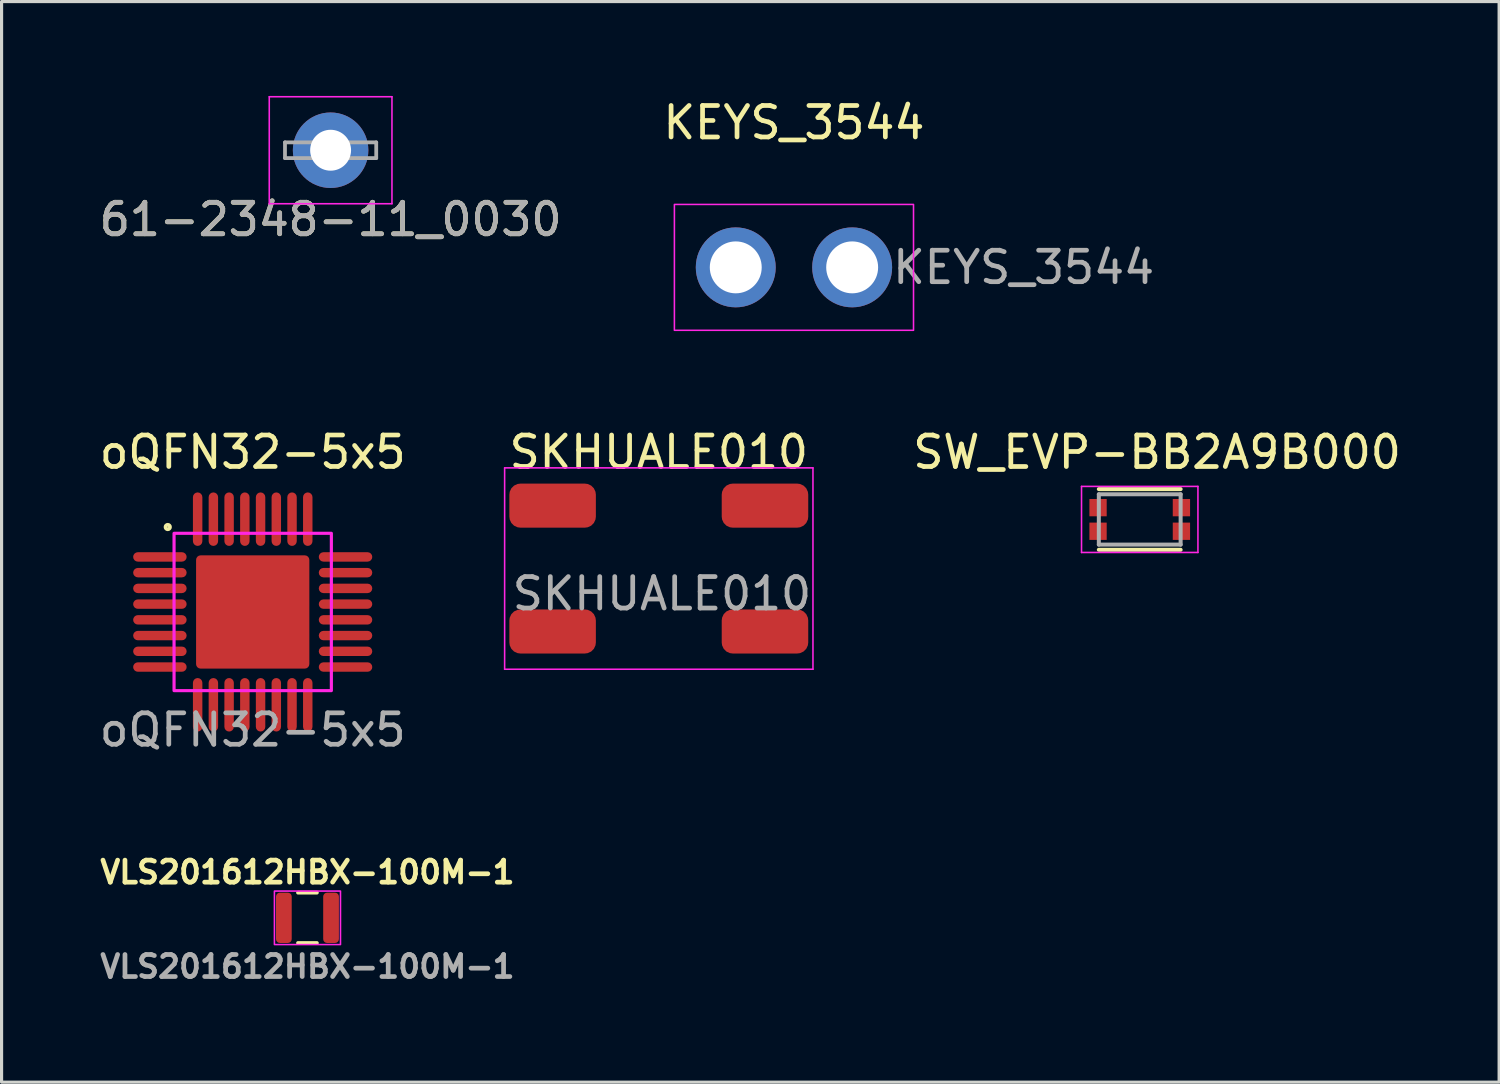
<source format=kicad_pcb>
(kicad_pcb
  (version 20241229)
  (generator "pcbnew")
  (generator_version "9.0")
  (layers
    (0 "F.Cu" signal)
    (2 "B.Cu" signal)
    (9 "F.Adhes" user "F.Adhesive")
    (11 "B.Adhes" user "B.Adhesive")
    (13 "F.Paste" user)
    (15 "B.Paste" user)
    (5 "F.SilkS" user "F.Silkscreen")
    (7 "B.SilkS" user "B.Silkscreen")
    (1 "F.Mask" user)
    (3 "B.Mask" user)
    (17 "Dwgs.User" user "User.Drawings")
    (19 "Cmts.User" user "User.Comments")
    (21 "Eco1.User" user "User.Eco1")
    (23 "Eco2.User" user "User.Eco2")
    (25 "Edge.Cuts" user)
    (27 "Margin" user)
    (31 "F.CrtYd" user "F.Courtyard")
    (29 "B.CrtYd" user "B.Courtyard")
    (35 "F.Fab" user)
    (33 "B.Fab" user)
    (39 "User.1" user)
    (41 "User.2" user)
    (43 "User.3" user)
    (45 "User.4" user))
  (footprint "oQFN32-5x5"
    (layer "F.Cu")
    (at 4.982 16.401)
    (property "Reference" "oQFN32-5x5" (at 0 -5.08 0) (unlocked yes) (layer "F.SilkS") (effects (font (size 1 1) (thickness 0.15))))
    (attr smd)
    (fp_circle (center -2.7 -2.7) (end -2.65 -2.75) (stroke (width 0.12) (type solid)) (fill no) (layer "F.SilkS"))
    (fp_rect (start -2.5 -2.5) (end 2.5 2.5) (stroke (width 0.1) (type solid)) (fill no) (layer "F.CrtYd"))
    (fp_text user "${REFERENCE}" (at 0 3.75 0) (unlocked yes) (layer "F.Fab") (effects (font (size 1 1) (thickness 0.15))))
    (pad "1" smd roundrect (at -2.95 -1.75 90) (size 0.3 1.7) (layers "F.Cu" "F.Mask" "F.Paste") (roundrect_rratio 0.5))
    (pad "2" smd roundrect (at -2.95 -1.25 90) (size 0.3 1.7) (layers "F.Cu" "F.Mask" "F.Paste") (roundrect_rratio 0.5))
    (pad "3" smd roundrect (at -2.95 -0.75 90) (size 0.3 1.7) (layers "F.Cu" "F.Mask" "F.Paste") (roundrect_rratio 0.5))
    (pad "4" smd roundrect (at -2.95 -0.25 90) (size 0.3 1.7) (layers "F.Cu" "F.Mask" "F.Paste") (roundrect_rratio 0.5))
    (pad "5" smd roundrect (at -2.95 0.25 90) (size 0.3 1.7) (layers "F.Cu" "F.Mask" "F.Paste") (roundrect_rratio 0.5))
    (pad "6" smd roundrect (at -2.95 0.75 90) (size 0.3 1.7) (layers "F.Cu" "F.Mask" "F.Paste") (roundrect_rratio 0.5))
    (pad "7" smd roundrect (at -2.95 1.25 90) (size 0.3 1.7) (layers "F.Cu" "F.Mask" "F.Paste") (roundrect_rratio 0.5))
    (pad "8" smd roundrect (at -2.95 1.75 90) (size 0.3 1.7) (layers "F.Cu" "F.Mask" "F.Paste") (roundrect_rratio 0.5))
    (pad "9" smd roundrect (at -1.75 2.95) (size 0.3 1.7) (layers "F.Cu" "F.Mask" "F.Paste") (roundrect_rratio 0.5))
    (pad "10" smd roundrect (at -1.25 2.95) (size 0.3 1.7) (layers "F.Cu" "F.Mask" "F.Paste") (roundrect_rratio 0.5))
    (pad "11" smd roundrect (at -0.75 2.95) (size 0.3 1.7) (layers "F.Cu" "F.Mask" "F.Paste") (roundrect_rratio 0.5))
    (pad "12" smd roundrect (at -0.25 2.95) (size 0.3 1.7) (layers "F.Cu" "F.Mask" "F.Paste") (roundrect_rratio 0.5))
    (pad "13" smd roundrect (at 0.25 2.95) (size 0.3 1.7) (layers "F.Cu" "F.Mask" "F.Paste") (roundrect_rratio 0.5))
    (pad "14" smd roundrect (at 0.75 2.95) (size 0.3 1.7) (layers "F.Cu" "F.Mask" "F.Paste") (roundrect_rratio 0.5))
    (pad "15" smd roundrect (at 1.25 2.95) (size 0.3 1.7) (layers "F.Cu" "F.Mask" "F.Paste") (roundrect_rratio 0.5))
    (pad "16" smd roundrect (at 1.75 2.95) (size 0.3 1.7) (layers "F.Cu" "F.Mask" "F.Paste") (roundrect_rratio 0.5))
    (pad "17" smd roundrect (at 2.95 1.75 90) (size 0.3 1.7) (layers "F.Cu" "F.Mask" "F.Paste") (roundrect_rratio 0.5))
    (pad "18" smd roundrect (at 2.95 1.25 90) (size 0.3 1.7) (layers "F.Cu" "F.Mask" "F.Paste") (roundrect_rratio 0.5))
    (pad "19" smd roundrect (at 2.95 0.75 90) (size 0.3 1.7) (layers "F.Cu" "F.Mask" "F.Paste") (roundrect_rratio 0.5))
    (pad "20" smd roundrect (at 2.95 0.25 90) (size 0.3 1.7) (layers "F.Cu" "F.Mask" "F.Paste") (roundrect_rratio 0.5))
    (pad "21" smd roundrect (at 2.95 -0.25 90) (size 0.3 1.7) (layers "F.Cu" "F.Mask" "F.Paste") (roundrect_rratio 0.5))
    (pad "22" smd roundrect (at 2.95 -0.75 90) (size 0.3 1.7) (layers "F.Cu" "F.Mask" "F.Paste") (roundrect_rratio 0.5))
    (pad "23" smd roundrect (at 2.95 -1.25 90) (size 0.3 1.7) (layers "F.Cu" "F.Mask" "F.Paste") (roundrect_rratio 0.5))
    (pad "24" smd roundrect (at 2.95 -1.75 90) (size 0.3 1.7) (layers "F.Cu" "F.Mask" "F.Paste") (roundrect_rratio 0.5))
    (pad "25" smd roundrect (at 1.75 -2.95) (size 0.3 1.7) (layers "F.Cu" "F.Mask" "F.Paste") (roundrect_rratio 0.5))
    (pad "26" smd roundrect (at 1.25 -2.95) (size 0.3 1.7) (layers "F.Cu" "F.Mask" "F.Paste") (roundrect_rratio 0.5))
    (pad "27" smd roundrect (at 0.75 -2.95) (size 0.3 1.7) (layers "F.Cu" "F.Mask" "F.Paste") (roundrect_rratio 0.5))
    (pad "28" smd roundrect (at 0.25 -2.95) (size 0.3 1.7) (layers "F.Cu" "F.Mask" "F.Paste") (roundrect_rratio 0.5))
    (pad "29" smd roundrect (at -0.25 -2.95) (size 0.3 1.7) (layers "F.Cu" "F.Mask" "F.Paste") (roundrect_rratio 0.5))
    (pad "30" smd roundrect (at -0.75 -2.95) (size 0.3 1.7) (layers "F.Cu" "F.Mask" "F.Paste") (roundrect_rratio 0.5))
    (pad "31" smd roundrect (at -1.25 -2.95) (size 0.3 1.7) (layers "F.Cu" "F.Mask" "F.Paste") (roundrect_rratio 0.5))
    (pad "32" smd roundrect (at -1.75 -2.95) (size 0.3 1.7) (layers "F.Cu" "F.Mask" "F.Paste") (roundrect_rratio 0.5))
    (pad "33" smd roundrect (at 0 0) (size 3.6 3.6) (layers "F.Cu" "F.Mask" "F.Paste") (roundrect_rratio 0.04)))
  (footprint "61-2348-11_0030"
    (layer "F.Cu")
    (at 7.458 1.725)
    (property "Reference" "61-2348-11_0030" (at 0 2.2 0) (layer "F.SilkS") (effects (font (size 1 1) (thickness 0.15))))
    (attr through_hole)
    (fp_line (start -1.95 -1.7) (end -1.95 1.7) (stroke (width 0.05) (type solid)) (layer "F.CrtYd"))
    (fp_line (start -1.95 -1.7) (end 1.95 -1.7) (stroke (width 0.05) (type solid)) (layer "F.CrtYd"))
    (fp_line (start 1.95 1.7) (end -1.95 1.7) (stroke (width 0.05) (type solid)) (layer "F.CrtYd"))
    (fp_line (start 1.95 1.7) (end 1.95 -1.7) (stroke (width 0.05) (type solid)) (layer "F.CrtYd"))
    (fp_line (start -1.45 -0.25) (end 1.45 -0.25) (stroke (width 0.12) (type solid)) (layer "F.Fab"))
    (fp_line (start -1.45 0.25) (end -1.45 -0.25) (stroke (width 0.12) (type solid)) (layer "F.Fab"))
    (fp_line (start 1.45 -0.25) (end 1.45 0.25) (stroke (width 0.12) (type solid)) (layer "F.Fab"))
    (fp_line (start 1.45 0.25) (end -1.45 0.25) (stroke (width 0.12) (type solid)) (layer "F.Fab"))
    (fp_text user "${REFERENCE}" (at 0 2.2 0) (layer "F.Fab") (effects (font (size 1 1) (thickness 0.15))))
    (pad "1" thru_hole circle (at 0 0) (size 2.4 2.4) (drill 1.3) (layers "*.Cu" "*.Mask")))
  (footprint "SW_EVP-BB2A9B000"
    (layer "F.Cu")
    (at 33.175 13.46)
    (property "Reference" "SW_EVP-BB2A9B000" (at 0.551 -2.138 0) (layer "F.SilkS") (effects (font (size 1.001 1.001) (thickness 0.15))))
    (attr through_hole)
    (fp_line (start -1.3 -0.964) (end 1.3 -0.964) (stroke (width 0.127) (type solid)) (layer "F.SilkS"))
    (fp_line (start -1.3 0.964) (end 1.3 0.964) (stroke (width 0.127) (type solid)) (layer "F.SilkS"))
    (fp_poly (pts (xy -1.55 -0.6) (xy -1.1 -0.6) (xy -1.1 -0.15) (xy -1.55 -0.15)) (stroke (width 0.01) (type solid)) (fill yes) (layer "F.Paste"))
    (fp_poly (pts (xy -1.55 0.15) (xy -1.1 0.15) (xy -1.1 0.6) (xy -1.55 0.6)) (stroke (width 0.01) (type solid)) (fill yes) (layer "F.Paste"))
    (fp_poly (pts (xy 1.1 -0.6) (xy 1.55 -0.6) (xy 1.55 -0.15) (xy 1.1 -0.15)) (stroke (width 0.01) (type solid)) (fill yes) (layer "F.Paste"))
    (fp_poly (pts (xy 1.1 0.15) (xy 1.55 0.15) (xy 1.55 0.6) (xy 1.1 0.6)) (stroke (width 0.01) (type solid)) (fill yes) (layer "F.Paste"))
    (fp_line (start -1.85 -1.05) (end 1.85 -1.05) (stroke (width 0.05) (type solid)) (layer "F.CrtYd"))
    (fp_line (start -1.85 1.05) (end -1.85 -1.05) (stroke (width 0.05) (type solid)) (layer "F.CrtYd"))
    (fp_line (start 1.85 -1.05) (end 1.85 1.05) (stroke (width 0.05) (type solid)) (layer "F.CrtYd"))
    (fp_line (start 1.85 1.05) (end -1.85 1.05) (stroke (width 0.05) (type solid)) (layer "F.CrtYd"))
    (fp_line (start -1.3 -0.8) (end 1.3 -0.8) (stroke (width 0.127) (type solid)) (layer "F.Fab"))
    (fp_line (start -1.3 0.8) (end -1.3 -0.8) (stroke (width 0.127) (type solid)) (layer "F.Fab"))
    (fp_line (start 1.3 -0.8) (end 1.3 0.8) (stroke (width 0.127) (type solid)) (layer "F.Fab"))
    (fp_line (start 1.3 0.8) (end -1.3 0.8) (stroke (width 0.127) (type solid)) (layer "F.Fab"))
    (pad "A1" smd rect (at -1.325 -0.375) (size 0.55 0.55) (layers "F.Cu" "F.Mask"))
    (pad "A2" smd rect (at -1.325 0.375) (size 0.55 0.55) (layers "F.Cu" "F.Mask"))
    (pad "B1" smd rect (at 1.325 -0.375) (size 0.55 0.55) (layers "F.Cu" "F.Mask"))
    (pad "B2" smd rect (at 1.325 0.375) (size 0.55 0.55) (layers "F.Cu" "F.Mask"))
    (zone (net_name "") (layer "F.Cu") (hatch full 0.508) (connect_pads) (min_thickness 0.01) (filled_areas_thickness no) (keepout (tracks not_allowed) (vias not_allowed) (pads not_allowed) (copperpour not_allowed) (footprints allowed)) (placement (enabled no)) (fill) (polygon (pts (xy 32.172 12.66) (xy 34.175 12.66) (xy 34.175 14.262) (xy 32.172 14.262)))))
  (footprint "VLS201612HBX-100M-1"
    (layer "F.Cu")
    (at 6.722 26.122)
    (property "Reference" "VLS201612HBX-100M-1" (at 0 -1.45 0) (unlocked yes) (layer "F.SilkS") (effects (font (size 0.7 0.7) (thickness 0.15))))
    (attr smd)
    (fp_line (start -0.3 -0.8) (end 0.3 -0.8) (stroke (width 0.12) (type solid)) (layer "F.SilkS"))
    (fp_line (start -0.3 0.8) (end 0.3 0.8) (stroke (width 0.12) (type solid)) (layer "F.SilkS"))
    (fp_rect (start -1.05 -0.85) (end 1.05 0.85) (stroke (width 0.05) (type solid)) (fill no) (layer "F.CrtYd"))
    (fp_text user "${REFERENCE}" (at 0 1.55 0) (unlocked yes) (layer "F.Fab") (effects (font (size 0.7 0.7) (thickness 0.15))))
    (pad "1" smd roundrect (at -0.75 0) (size 0.5 1.6) (layers "F.Cu" "F.Mask" "F.Paste") (roundrect_rratio 0.25))
    (pad "2" smd roundrect (at 0.75 0) (size 0.5 1.6) (layers "F.Cu" "F.Mask" "F.Paste") (roundrect_rratio 0.25)))
  (footprint "KEYS_3544"
    (layer "F.Cu")
    (at 22.185 5.448)
    (property "Reference" "KEYS_3544" (at 0 -4.6 0) (unlocked yes) (layer "F.SilkS") (effects (font (size 1 1) (thickness 0.15))))
    (attr smd)
    (fp_rect (start -3.8 -2) (end 3.8 2) (stroke (width 0.05) (type solid)) (fill no) (layer "F.CrtYd"))
    (fp_text user "${REFERENCE}" (at 7.3 0 0) (unlocked yes) (layer "F.Fab") (effects (font (size 1 1) (thickness 0.15))))
    (pad "1" thru_hole circle (at -1.85 0) (size 2.54 2.54) (drill 1.65) (layers "*.Cu" "*.Mask"))
    (pad "1" thru_hole circle (at 1.85 0) (size 2.54 2.54) (drill 1.65) (layers "*.Cu" "*.Mask")))
  (footprint "SKHUALE010"
    (layer "F.Cu")
    (at 17.889 15.021)
    (property "Reference" "SKHUALE010" (at 0 -3.7 0) (unlocked yes) (layer "F.SilkS") (effects (font (size 1 1) (thickness 0.15))))
    (attr smd)
    (fp_line (start -4.9 -3.2) (end 4.9 -3.2) (stroke (width 0.05) (type solid)) (layer "F.CrtYd"))
    (fp_line (start -4.9 3.2) (end -4.9 -3.2) (stroke (width 0.05) (type solid)) (layer "F.CrtYd"))
    (fp_line (start 4.9 -3.2) (end 4.9 3.2) (stroke (width 0.05) (type solid)) (layer "F.CrtYd"))
    (fp_line (start 4.9 3.2) (end -4.9 3.2) (stroke (width 0.05) (type solid)) (layer "F.CrtYd"))
    (fp_text user "${REFERENCE}" (at 0.1 0.8 0) (unlocked yes) (layer "F.Fab") (effects (font (size 1 1) (thickness 0.15))))
    (pad "1" smd roundrect (at -3.375 -2) (size 2.75 1.4) (layers "F.Cu" "F.Mask" "F.Paste") (roundrect_rratio 0.25))
    (pad "2" smd roundrect (at 3.375 -2) (size 2.75 1.4) (layers "F.Cu" "F.Mask" "F.Paste") (roundrect_rratio 0.25))
    (pad "3" smd roundrect (at -3.375 2) (size 2.75 1.4) (layers "F.Cu" "F.Mask" "F.Paste") (roundrect_rratio 0.25))
    (pad "4" smd roundrect (at 3.375 2) (size 2.75 1.4) (layers "F.Cu" "F.Mask" "F.Paste") (roundrect_rratio 0.25)))
  (gr_rect
    (start -3 -3)
    (end 44.598 31.345)
    (stroke (width 0.1) (type default))
    (fill no)
    (layer "Edge.Cuts")))
</source>
